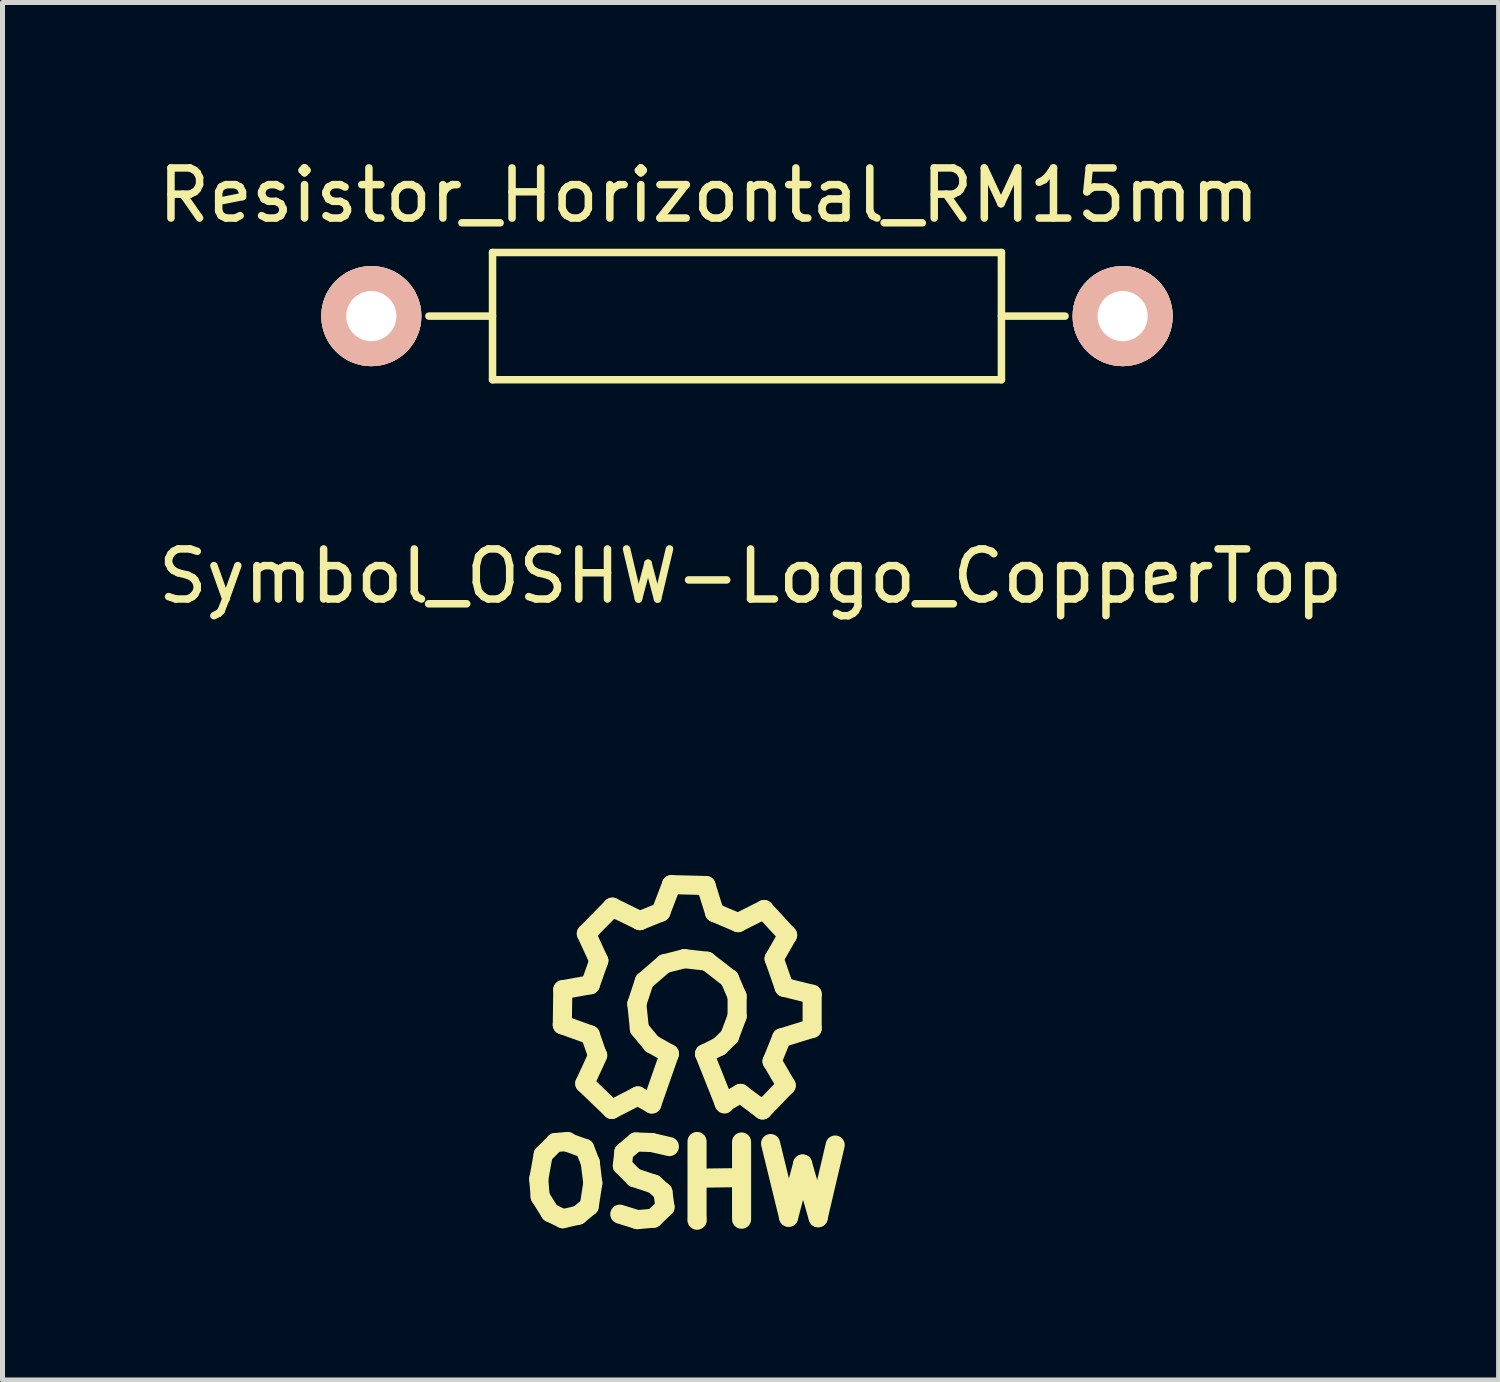
<source format=kicad_pcb>
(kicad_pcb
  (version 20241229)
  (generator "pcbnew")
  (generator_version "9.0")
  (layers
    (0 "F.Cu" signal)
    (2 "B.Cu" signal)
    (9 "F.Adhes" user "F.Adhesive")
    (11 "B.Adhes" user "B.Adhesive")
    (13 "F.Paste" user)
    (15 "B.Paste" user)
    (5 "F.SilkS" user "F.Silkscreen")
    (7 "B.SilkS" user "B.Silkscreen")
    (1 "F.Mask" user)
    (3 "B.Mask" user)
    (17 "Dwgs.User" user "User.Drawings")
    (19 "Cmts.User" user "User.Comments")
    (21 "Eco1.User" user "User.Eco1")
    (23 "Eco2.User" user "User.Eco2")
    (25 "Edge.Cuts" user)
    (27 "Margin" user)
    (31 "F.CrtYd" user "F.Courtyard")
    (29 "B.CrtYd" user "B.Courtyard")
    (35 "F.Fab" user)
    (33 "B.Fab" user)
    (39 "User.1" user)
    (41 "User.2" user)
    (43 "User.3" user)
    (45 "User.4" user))
  (footprint "Resistor_Horizontal_RM15mm"
    (layer "F.Cu")
    (at 11.863 3.261)
    (property "Reference" "Resistor_Horizontal_RM15mm" (at -0.762 -2.413 0) (layer "F.SilkS") (effects (font (size 1 1) (thickness 0.15))))
    (attr through_hole)
    (fp_line (start -6.35 0) (end -5.08 0) (stroke (width 0.15) (type solid)) (layer "F.SilkS"))
    (fp_line (start -5.08 -1.27) (end -5.08 1.27) (stroke (width 0.15) (type solid)) (layer "F.SilkS"))
    (fp_line (start -5.08 1.27) (end 5.08 1.27) (stroke (width 0.15) (type solid)) (layer "F.SilkS"))
    (fp_line (start 5.08 -1.27) (end -5.08 -1.27) (stroke (width 0.15) (type solid)) (layer "F.SilkS"))
    (fp_line (start 5.08 1.27) (end 5.08 -1.27) (stroke (width 0.15) (type solid)) (layer "F.SilkS"))
    (fp_line (start 6.35 0) (end 5.08 0) (stroke (width 0.15) (type solid)) (layer "F.SilkS"))
    (pad "1" thru_hole circle (at -7.5 0) (size 1.999 1.999) (drill 1.001) (layers "*.Cu" "*.SilkS" "*.Mask"))
    (pad "2" thru_hole circle (at 7.5 0) (size 1.999 1.999) (drill 1.001) (layers "*.Cu" "*.SilkS" "*.Mask")))
  (footprint "Symbol_OSHW-Logo_CopperTop"
    (layer "F.Cu")
    (at 10.665 17.09)
    (property "Reference" "Symbol_OSHW-Logo_CopperTop" (at 1.27 -8.636 0) (layer "F.SilkS") (effects (font (size 1 1) (thickness 0.15))))
    (attr through_hole)
    (fp_line (start 0.201 4.219) (end 0.211 4.209) (stroke (width 0.381) (type solid)) (layer "F.Cu"))
    (fp_line (start 1.039 3.371) (end 1.049 3.381) (stroke (width 0.381) (type solid)) (layer "F.Cu"))
    (fp_line (start 1.049 3.381) (end 1.049 3.371) (stroke (width 0.381) (type solid)) (layer "F.Cu"))
    (fp_line (start -2.959 3.401) (end -2.931 3.749) (stroke (width 0.381) (type solid)) (layer "F.SilkS"))
    (fp_line (start -2.931 3.749) (end -2.731 4.069) (stroke (width 0.381) (type solid)) (layer "F.SilkS"))
    (fp_line (start -2.87 2.911) (end -2.959 3.401) (stroke (width 0.381) (type solid)) (layer "F.SilkS"))
    (fp_line (start -2.731 4.069) (end -2.479 4.191) (stroke (width 0.381) (type solid)) (layer "F.SilkS"))
    (fp_line (start -2.629 2.67) (end -2.87 2.911) (stroke (width 0.381) (type solid)) (layer "F.SilkS"))
    (fp_line (start -2.489 0.32) (end -1.93 0.521) (stroke (width 0.381) (type solid)) (layer "F.SilkS"))
    (fp_line (start -2.479 -0.381) (end -2.489 0.32) (stroke (width 0.381) (type solid)) (layer "F.SilkS"))
    (fp_line (start -2.479 4.191) (end -2.169 4.12) (stroke (width 0.381) (type solid)) (layer "F.SilkS"))
    (fp_line (start -2.38 2.649) (end -2.629 2.67) (stroke (width 0.381) (type solid)) (layer "F.SilkS"))
    (fp_line (start -2.169 4.12) (end -1.951 3.94) (stroke (width 0.381) (type solid)) (layer "F.SilkS"))
    (fp_line (start -2.04 1.491) (end -1.501 2.009) (stroke (width 0.381) (type solid)) (layer "F.SilkS"))
    (fp_line (start -2.04 2.789) (end -2.4 2.659) (stroke (width 0.381) (type solid)) (layer "F.SilkS"))
    (fp_line (start -2.009 -1.501) (end -1.76 -0.96) (stroke (width 0.381) (type solid)) (layer "F.SilkS"))
    (fp_line (start -1.951 3.94) (end -1.88 3.48) (stroke (width 0.381) (type solid)) (layer "F.SilkS"))
    (fp_line (start -1.93 -0.48) (end -2.479 -0.381) (stroke (width 0.381) (type solid)) (layer "F.SilkS"))
    (fp_line (start -1.93 0.521) (end -1.791 0.919) (stroke (width 0.381) (type solid)) (layer "F.SilkS"))
    (fp_line (start -1.93 3.071) (end -2.04 2.789) (stroke (width 0.381) (type solid)) (layer "F.SilkS"))
    (fp_line (start -1.88 3.48) (end -1.93 3.071) (stroke (width 0.381) (type solid)) (layer "F.SilkS"))
    (fp_line (start -1.781 0.93) (end -2.04 1.491) (stroke (width 0.381) (type solid)) (layer "F.SilkS"))
    (fp_line (start -1.76 -0.96) (end -1.93 -0.48) (stroke (width 0.381) (type solid)) (layer "F.SilkS"))
    (fp_line (start -1.501 2.009) (end -0.98 1.74) (stroke (width 0.381) (type solid)) (layer "F.SilkS"))
    (fp_line (start -1.491 -2.029) (end -2.009 -1.501) (stroke (width 0.381) (type solid)) (layer "F.SilkS"))
    (fp_line (start -1.29 3.129) (end -1.049 3.371) (stroke (width 0.381) (type solid)) (layer "F.SilkS"))
    (fp_line (start -1.26 2.86) (end -1.29 3.129) (stroke (width 0.381) (type solid)) (layer "F.SilkS"))
    (fp_line (start -1.049 3.371) (end -0.66 3.5) (stroke (width 0.381) (type solid)) (layer "F.SilkS"))
    (fp_line (start -1.021 2.659) (end -1.26 2.86) (stroke (width 0.381) (type solid)) (layer "F.SilkS"))
    (fp_line (start -1.001 -0.099) (end -0.95 0.399) (stroke (width 0.381) (type solid)) (layer "F.SilkS"))
    (fp_line (start -0.991 4.209) (end -1.341 4.1) (stroke (width 0.381) (type solid)) (layer "F.SilkS"))
    (fp_line (start -0.98 1.74) (end -0.701 1.9) (stroke (width 0.381) (type solid)) (layer "F.SilkS"))
    (fp_line (start -0.95 0.399) (end -0.701 0.701) (stroke (width 0.381) (type solid)) (layer "F.SilkS"))
    (fp_line (start -0.94 -1.76) (end -1.491 -2.029) (stroke (width 0.381) (type solid)) (layer "F.SilkS"))
    (fp_line (start -0.851 -0.551) (end -1.001 -0.099) (stroke (width 0.381) (type solid)) (layer "F.SilkS"))
    (fp_line (start -0.701 0.701) (end -0.351 0.899) (stroke (width 0.381) (type solid)) (layer "F.SilkS"))
    (fp_line (start -0.701 2.67) (end -1.021 2.659) (stroke (width 0.381) (type solid)) (layer "F.SilkS"))
    (fp_line (start -0.671 4.181) (end -0.991 4.209) (stroke (width 0.381) (type solid)) (layer "F.SilkS"))
    (fp_line (start -0.66 3.5) (end -0.48 3.66) (stroke (width 0.381) (type solid)) (layer "F.SilkS"))
    (fp_line (start -0.521 -1.93) (end -0.94 -1.76) (stroke (width 0.381) (type solid)) (layer "F.SilkS"))
    (fp_line (start -0.48 3.66) (end -0.439 3.96) (stroke (width 0.381) (type solid)) (layer "F.SilkS"))
    (fp_line (start -0.45 -0.899) (end -0.851 -0.551) (stroke (width 0.381) (type solid)) (layer "F.SilkS"))
    (fp_line (start -0.439 3.96) (end -0.671 4.181) (stroke (width 0.381) (type solid)) (layer "F.SilkS"))
    (fp_line (start -0.351 0.899) (end -0.701 1.9) (stroke (width 0.381) (type solid)) (layer "F.SilkS"))
    (fp_line (start -0.351 2.751) (end -0.701 2.67) (stroke (width 0.381) (type solid)) (layer "F.SilkS"))
    (fp_line (start -0.31 -2.479) (end -0.521 -1.93) (stroke (width 0.381) (type solid)) (layer "F.SilkS"))
    (fp_line (start -0.051 -1.001) (end -0.45 -0.899) (stroke (width 0.381) (type solid)) (layer "F.SilkS"))
    (fp_line (start 0.201 2.649) (end 0.201 4.219) (stroke (width 0.381) (type solid)) (layer "F.SilkS"))
    (fp_line (start 0.249 3.381) (end 1.039 3.371) (stroke (width 0.381) (type solid)) (layer "F.SilkS"))
    (fp_line (start 0.351 0.899) (end 0.65 0.749) (stroke (width 0.381) (type solid)) (layer "F.SilkS"))
    (fp_line (start 0.351 0.899) (end 0.749 1.9) (stroke (width 0.381) (type solid)) (layer "F.SilkS"))
    (fp_line (start 0.381 -2.461) (end -0.31 -2.479) (stroke (width 0.381) (type solid)) (layer "F.SilkS"))
    (fp_line (start 0.399 -0.95) (end -0.051 -1.001) (stroke (width 0.381) (type solid)) (layer "F.SilkS"))
    (fp_line (start 0.551 -1.92) (end 0.381 -2.461) (stroke (width 0.381) (type solid)) (layer "F.SilkS"))
    (fp_line (start 0.65 0.749) (end 0.851 0.551) (stroke (width 0.381) (type solid)) (layer "F.SilkS"))
    (fp_line (start 0.739 1.88) (end 1.069 1.689) (stroke (width 0.381) (type solid)) (layer "F.SilkS"))
    (fp_line (start 0.851 -0.599) (end 0.399 -0.95) (stroke (width 0.381) (type solid)) (layer "F.SilkS"))
    (fp_line (start 0.851 0.551) (end 1.001 0.15) (stroke (width 0.381) (type solid)) (layer "F.SilkS"))
    (fp_line (start 1.001 -0.249) (end 0.851 -0.599) (stroke (width 0.381) (type solid)) (layer "F.SilkS"))
    (fp_line (start 1.001 0.15) (end 1.001 -0.249) (stroke (width 0.381) (type solid)) (layer "F.SilkS"))
    (fp_line (start 1.021 -1.72) (end 0.551 -1.92) (stroke (width 0.381) (type solid)) (layer "F.SilkS"))
    (fp_line (start 1.069 1.689) (end 1.509 2.019) (stroke (width 0.381) (type solid)) (layer "F.SilkS"))
    (fp_line (start 1.09 2.659) (end 1.09 4.201) (stroke (width 0.381) (type solid)) (layer "F.SilkS"))
    (fp_line (start 1.509 2.019) (end 1.981 1.529) (stroke (width 0.381) (type solid)) (layer "F.SilkS"))
    (fp_line (start 1.539 -1.981) (end 1.021 -1.72) (stroke (width 0.381) (type solid)) (layer "F.SilkS"))
    (fp_line (start 1.669 2.69) (end 2.029 4.161) (stroke (width 0.381) (type solid)) (layer "F.SilkS"))
    (fp_line (start 1.699 1.049) (end 1.89 0.579) (stroke (width 0.381) (type solid)) (layer "F.SilkS"))
    (fp_line (start 1.74 -1.001) (end 2.009 -1.471) (stroke (width 0.381) (type solid)) (layer "F.SilkS"))
    (fp_line (start 1.89 0.579) (end 2.499 0.391) (stroke (width 0.381) (type solid)) (layer "F.SilkS"))
    (fp_line (start 1.941 -0.429) (end 1.74 -1.001) (stroke (width 0.381) (type solid)) (layer "F.SilkS"))
    (fp_line (start 1.981 1.529) (end 1.699 1.049) (stroke (width 0.381) (type solid)) (layer "F.SilkS"))
    (fp_line (start 2.009 -1.471) (end 1.539 -1.981) (stroke (width 0.381) (type solid)) (layer "F.SilkS"))
    (fp_line (start 2.029 4.161) (end 2.309 3.099) (stroke (width 0.381) (type solid)) (layer "F.SilkS"))
    (fp_line (start 2.309 3.099) (end 2.619 4.171) (stroke (width 0.381) (type solid)) (layer "F.SilkS"))
    (fp_line (start 2.499 -0.29) (end 1.941 -0.429) (stroke (width 0.381) (type solid)) (layer "F.SilkS"))
    (fp_line (start 2.499 0.391) (end 2.499 -0.29) (stroke (width 0.381) (type solid)) (layer "F.SilkS"))
    (fp_line (start 2.619 4.171) (end 2.959 2.72) (stroke (width 0.381) (type solid)) (layer "F.SilkS")))
  (gr_rect
    (start -3 -3)
    (end 26.869 24.5)
    (stroke (width 0.1) (type default))
    (fill no)
    (layer "Edge.Cuts")))
</source>
